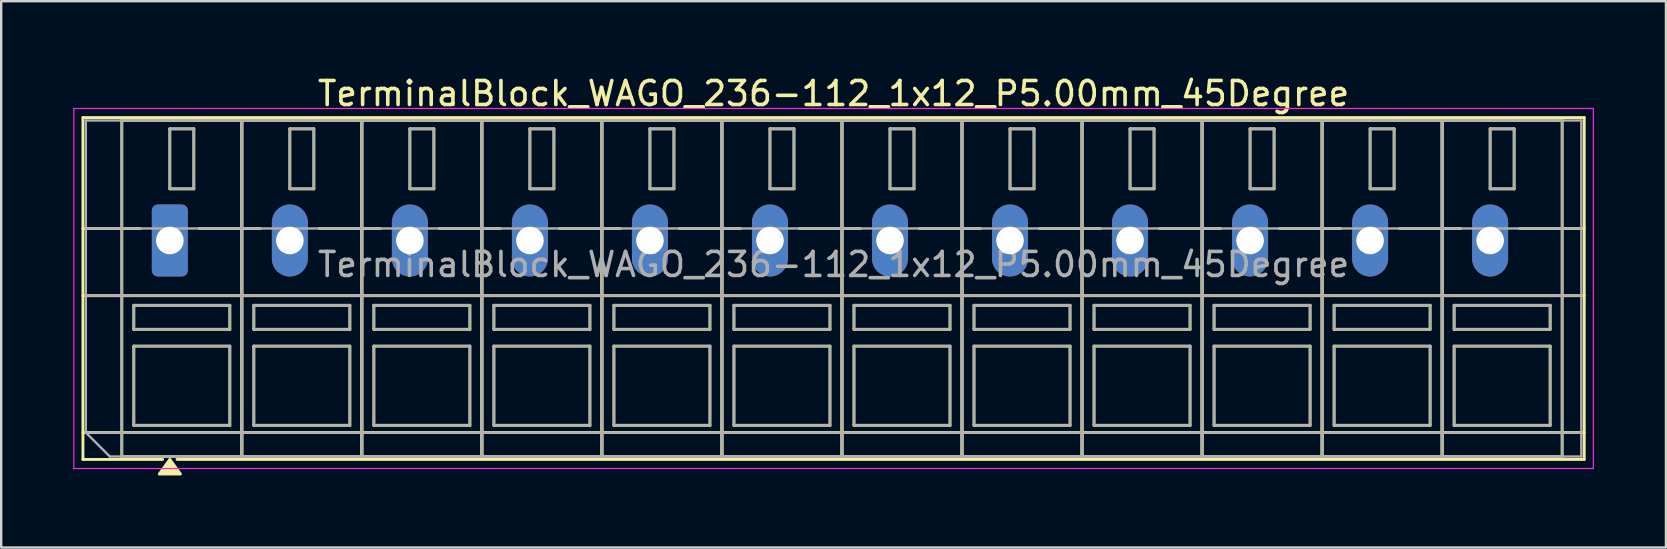
<source format=kicad_pcb>
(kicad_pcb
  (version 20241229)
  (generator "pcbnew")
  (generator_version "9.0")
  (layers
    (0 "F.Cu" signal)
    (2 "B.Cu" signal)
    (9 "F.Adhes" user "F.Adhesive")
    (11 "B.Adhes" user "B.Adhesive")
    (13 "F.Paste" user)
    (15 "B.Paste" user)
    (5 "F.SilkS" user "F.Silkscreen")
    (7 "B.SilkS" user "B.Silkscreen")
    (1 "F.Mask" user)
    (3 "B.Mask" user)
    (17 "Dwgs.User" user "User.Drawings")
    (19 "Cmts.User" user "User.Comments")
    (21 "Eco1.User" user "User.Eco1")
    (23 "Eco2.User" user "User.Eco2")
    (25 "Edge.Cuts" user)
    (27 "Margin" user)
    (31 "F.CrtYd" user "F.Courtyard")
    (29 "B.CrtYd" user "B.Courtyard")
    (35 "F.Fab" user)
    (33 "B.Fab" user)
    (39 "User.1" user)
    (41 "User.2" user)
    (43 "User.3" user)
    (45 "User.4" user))
  (footprint "TerminalBlock_WAGO_236-112_1x12_P5.00mm_45Degree"
    (layer "F.Cu")
    (at 4.025 6.968)
    (property "Reference" "TerminalBlock_WAGO_236-112_1x12_P5.00mm_45Degree" (at 27.65 -6.12 0) (layer "F.SilkS") (effects (font (size 1 1) (thickness 0.15))))
    (attr through_hole)
    (fp_line (start -3.62 -5.12) (end -3.62 9.12) (stroke (width 0.12) (type solid)) (layer "F.SilkS"))
    (fp_line (start -3.62 -5.12) (end 58.92 -5.12) (stroke (width 0.12) (type solid)) (layer "F.SilkS"))
    (fp_line (start -3.62 -0.5) (end -1.23 -0.5) (stroke (width 0.12) (type solid)) (layer "F.SilkS"))
    (fp_line (start -3.62 2.3) (end 58.92 2.3) (stroke (width 0.12) (type solid)) (layer "F.SilkS"))
    (fp_line (start -3.62 8) (end 58.92 8) (stroke (width 0.12) (type solid)) (layer "F.SilkS"))
    (fp_line (start -3.62 9.12) (end -0.3 9.12) (stroke (width 0.12) (type solid)) (layer "F.SilkS"))
    (fp_line (start -2 -5) (end -2 9) (stroke (width 0.12) (type solid)) (layer "F.SilkS"))
    (fp_line (start -2 -5) (end 3 -5) (stroke (width 0.12) (type solid)) (layer "F.SilkS"))
    (fp_line (start -2 9) (end 3 9) (stroke (width 0.12) (type solid)) (layer "F.SilkS"))
    (fp_line (start -1.5 2.7) (end -1.5 3.7) (stroke (width 0.12) (type solid)) (layer "F.SilkS"))
    (fp_line (start -1.5 2.7) (end 2.5 2.7) (stroke (width 0.12) (type solid)) (layer "F.SilkS"))
    (fp_line (start -1.5 3.7) (end 2.5 3.7) (stroke (width 0.12) (type solid)) (layer "F.SilkS"))
    (fp_line (start -1.5 4.4) (end -1.5 7.7) (stroke (width 0.12) (type solid)) (layer "F.SilkS"))
    (fp_line (start -1.5 4.4) (end 2.5 4.4) (stroke (width 0.12) (type solid)) (layer "F.SilkS"))
    (fp_line (start -1.5 7.7) (end 2.5 7.7) (stroke (width 0.12) (type solid)) (layer "F.SilkS"))
    (fp_line (start 0 -4.65) (end 0 -2.15) (stroke (width 0.12) (type solid)) (layer "F.SilkS"))
    (fp_line (start 0 -4.65) (end 1 -4.65) (stroke (width 0.12) (type solid)) (layer "F.SilkS"))
    (fp_line (start 0 -2.15) (end 1 -2.15) (stroke (width 0.12) (type solid)) (layer "F.SilkS"))
    (fp_line (start 0.3 9.12) (end 58.92 9.12) (stroke (width 0.12) (type solid)) (layer "F.SilkS"))
    (fp_line (start 1 -4.65) (end 1 -2.15) (stroke (width 0.12) (type solid)) (layer "F.SilkS"))
    (fp_line (start 1.23 -0.5) (end 3.77 -0.5) (stroke (width 0.12) (type solid)) (layer "F.SilkS"))
    (fp_line (start 2.5 2.7) (end 2.5 3.7) (stroke (width 0.12) (type solid)) (layer "F.SilkS"))
    (fp_line (start 2.5 4.4) (end 2.5 7.7) (stroke (width 0.12) (type solid)) (layer "F.SilkS"))
    (fp_line (start 3 -5) (end 3 9) (stroke (width 0.12) (type solid)) (layer "F.SilkS"))
    (fp_line (start 3 -5) (end 3 9) (stroke (width 0.12) (type solid)) (layer "F.SilkS"))
    (fp_line (start 3 -5) (end 8 -5) (stroke (width 0.12) (type solid)) (layer "F.SilkS"))
    (fp_line (start 3 9) (end 8 9) (stroke (width 0.12) (type solid)) (layer "F.SilkS"))
    (fp_line (start 3.5 2.7) (end 3.5 3.7) (stroke (width 0.12) (type solid)) (layer "F.SilkS"))
    (fp_line (start 3.5 2.7) (end 7.5 2.7) (stroke (width 0.12) (type solid)) (layer "F.SilkS"))
    (fp_line (start 3.5 3.7) (end 7.5 3.7) (stroke (width 0.12) (type solid)) (layer "F.SilkS"))
    (fp_line (start 3.5 4.4) (end 3.5 7.7) (stroke (width 0.12) (type solid)) (layer "F.SilkS"))
    (fp_line (start 3.5 4.4) (end 7.5 4.4) (stroke (width 0.12) (type solid)) (layer "F.SilkS"))
    (fp_line (start 3.5 7.7) (end 7.5 7.7) (stroke (width 0.12) (type solid)) (layer "F.SilkS"))
    (fp_line (start 5 -4.65) (end 5 -2.15) (stroke (width 0.12) (type solid)) (layer "F.SilkS"))
    (fp_line (start 5 -4.65) (end 6 -4.65) (stroke (width 0.12) (type solid)) (layer "F.SilkS"))
    (fp_line (start 5 -2.15) (end 6 -2.15) (stroke (width 0.12) (type solid)) (layer "F.SilkS"))
    (fp_line (start 6 -4.65) (end 6 -2.15) (stroke (width 0.12) (type solid)) (layer "F.SilkS"))
    (fp_line (start 6.23 -0.5) (end 8.77 -0.5) (stroke (width 0.12) (type solid)) (layer "F.SilkS"))
    (fp_line (start 7.5 2.7) (end 7.5 3.7) (stroke (width 0.12) (type solid)) (layer "F.SilkS"))
    (fp_line (start 7.5 4.4) (end 7.5 7.7) (stroke (width 0.12) (type solid)) (layer "F.SilkS"))
    (fp_line (start 8 -5) (end 8 9) (stroke (width 0.12) (type solid)) (layer "F.SilkS"))
    (fp_line (start 8 -5) (end 8 9) (stroke (width 0.12) (type solid)) (layer "F.SilkS"))
    (fp_line (start 8 -5) (end 13 -5) (stroke (width 0.12) (type solid)) (layer "F.SilkS"))
    (fp_line (start 8 9) (end 13 9) (stroke (width 0.12) (type solid)) (layer "F.SilkS"))
    (fp_line (start 8.5 2.7) (end 8.5 3.7) (stroke (width 0.12) (type solid)) (layer "F.SilkS"))
    (fp_line (start 8.5 2.7) (end 12.5 2.7) (stroke (width 0.12) (type solid)) (layer "F.SilkS"))
    (fp_line (start 8.5 3.7) (end 12.5 3.7) (stroke (width 0.12) (type solid)) (layer "F.SilkS"))
    (fp_line (start 8.5 4.4) (end 8.5 7.7) (stroke (width 0.12) (type solid)) (layer "F.SilkS"))
    (fp_line (start 8.5 4.4) (end 12.5 4.4) (stroke (width 0.12) (type solid)) (layer "F.SilkS"))
    (fp_line (start 8.5 7.7) (end 12.5 7.7) (stroke (width 0.12) (type solid)) (layer "F.SilkS"))
    (fp_line (start 10 -4.65) (end 10 -2.15) (stroke (width 0.12) (type solid)) (layer "F.SilkS"))
    (fp_line (start 10 -4.65) (end 11 -4.65) (stroke (width 0.12) (type solid)) (layer "F.SilkS"))
    (fp_line (start 10 -2.15) (end 11 -2.15) (stroke (width 0.12) (type solid)) (layer "F.SilkS"))
    (fp_line (start 11 -4.65) (end 11 -2.15) (stroke (width 0.12) (type solid)) (layer "F.SilkS"))
    (fp_line (start 11.23 -0.5) (end 13.77 -0.5) (stroke (width 0.12) (type solid)) (layer "F.SilkS"))
    (fp_line (start 12.5 2.7) (end 12.5 3.7) (stroke (width 0.12) (type solid)) (layer "F.SilkS"))
    (fp_line (start 12.5 4.4) (end 12.5 7.7) (stroke (width 0.12) (type solid)) (layer "F.SilkS"))
    (fp_line (start 13 -5) (end 13 9) (stroke (width 0.12) (type solid)) (layer "F.SilkS"))
    (fp_line (start 13 -5) (end 13 9) (stroke (width 0.12) (type solid)) (layer "F.SilkS"))
    (fp_line (start 13 -5) (end 18 -5) (stroke (width 0.12) (type solid)) (layer "F.SilkS"))
    (fp_line (start 13 9) (end 18 9) (stroke (width 0.12) (type solid)) (layer "F.SilkS"))
    (fp_line (start 13.5 2.7) (end 13.5 3.7) (stroke (width 0.12) (type solid)) (layer "F.SilkS"))
    (fp_line (start 13.5 2.7) (end 17.5 2.7) (stroke (width 0.12) (type solid)) (layer "F.SilkS"))
    (fp_line (start 13.5 3.7) (end 17.5 3.7) (stroke (width 0.12) (type solid)) (layer "F.SilkS"))
    (fp_line (start 13.5 4.4) (end 13.5 7.7) (stroke (width 0.12) (type solid)) (layer "F.SilkS"))
    (fp_line (start 13.5 4.4) (end 17.5 4.4) (stroke (width 0.12) (type solid)) (layer "F.SilkS"))
    (fp_line (start 13.5 7.7) (end 17.5 7.7) (stroke (width 0.12) (type solid)) (layer "F.SilkS"))
    (fp_line (start 15 -4.65) (end 15 -2.15) (stroke (width 0.12) (type solid)) (layer "F.SilkS"))
    (fp_line (start 15 -4.65) (end 16 -4.65) (stroke (width 0.12) (type solid)) (layer "F.SilkS"))
    (fp_line (start 15 -2.15) (end 16 -2.15) (stroke (width 0.12) (type solid)) (layer "F.SilkS"))
    (fp_line (start 16 -4.65) (end 16 -2.15) (stroke (width 0.12) (type solid)) (layer "F.SilkS"))
    (fp_line (start 16.23 -0.5) (end 18.77 -0.5) (stroke (width 0.12) (type solid)) (layer "F.SilkS"))
    (fp_line (start 17.5 2.7) (end 17.5 3.7) (stroke (width 0.12) (type solid)) (layer "F.SilkS"))
    (fp_line (start 17.5 4.4) (end 17.5 7.7) (stroke (width 0.12) (type solid)) (layer "F.SilkS"))
    (fp_line (start 18 -5) (end 18 9) (stroke (width 0.12) (type solid)) (layer "F.SilkS"))
    (fp_line (start 18 -5) (end 18 9) (stroke (width 0.12) (type solid)) (layer "F.SilkS"))
    (fp_line (start 18 -5) (end 23 -5) (stroke (width 0.12) (type solid)) (layer "F.SilkS"))
    (fp_line (start 18 9) (end 23 9) (stroke (width 0.12) (type solid)) (layer "F.SilkS"))
    (fp_line (start 18.5 2.7) (end 18.5 3.7) (stroke (width 0.12) (type solid)) (layer "F.SilkS"))
    (fp_line (start 18.5 2.7) (end 22.5 2.7) (stroke (width 0.12) (type solid)) (layer "F.SilkS"))
    (fp_line (start 18.5 3.7) (end 22.5 3.7) (stroke (width 0.12) (type solid)) (layer "F.SilkS"))
    (fp_line (start 18.5 4.4) (end 18.5 7.7) (stroke (width 0.12) (type solid)) (layer "F.SilkS"))
    (fp_line (start 18.5 4.4) (end 22.5 4.4) (stroke (width 0.12) (type solid)) (layer "F.SilkS"))
    (fp_line (start 18.5 7.7) (end 22.5 7.7) (stroke (width 0.12) (type solid)) (layer "F.SilkS"))
    (fp_line (start 20 -4.65) (end 20 -2.15) (stroke (width 0.12) (type solid)) (layer "F.SilkS"))
    (fp_line (start 20 -4.65) (end 21 -4.65) (stroke (width 0.12) (type solid)) (layer "F.SilkS"))
    (fp_line (start 20 -2.15) (end 21 -2.15) (stroke (width 0.12) (type solid)) (layer "F.SilkS"))
    (fp_line (start 21 -4.65) (end 21 -2.15) (stroke (width 0.12) (type solid)) (layer "F.SilkS"))
    (fp_line (start 21.23 -0.5) (end 23.77 -0.5) (stroke (width 0.12) (type solid)) (layer "F.SilkS"))
    (fp_line (start 22.5 2.7) (end 22.5 3.7) (stroke (width 0.12) (type solid)) (layer "F.SilkS"))
    (fp_line (start 22.5 4.4) (end 22.5 7.7) (stroke (width 0.12) (type solid)) (layer "F.SilkS"))
    (fp_line (start 23 -5) (end 23 9) (stroke (width 0.12) (type solid)) (layer "F.SilkS"))
    (fp_line (start 23 -5) (end 23 9) (stroke (width 0.12) (type solid)) (layer "F.SilkS"))
    (fp_line (start 23 -5) (end 28 -5) (stroke (width 0.12) (type solid)) (layer "F.SilkS"))
    (fp_line (start 23 9) (end 28 9) (stroke (width 0.12) (type solid)) (layer "F.SilkS"))
    (fp_line (start 23.5 2.7) (end 23.5 3.7) (stroke (width 0.12) (type solid)) (layer "F.SilkS"))
    (fp_line (start 23.5 2.7) (end 27.5 2.7) (stroke (width 0.12) (type solid)) (layer "F.SilkS"))
    (fp_line (start 23.5 3.7) (end 27.5 3.7) (stroke (width 0.12) (type solid)) (layer "F.SilkS"))
    (fp_line (start 23.5 4.4) (end 23.5 7.7) (stroke (width 0.12) (type solid)) (layer "F.SilkS"))
    (fp_line (start 23.5 4.4) (end 27.5 4.4) (stroke (width 0.12) (type solid)) (layer "F.SilkS"))
    (fp_line (start 23.5 7.7) (end 27.5 7.7) (stroke (width 0.12) (type solid)) (layer "F.SilkS"))
    (fp_line (start 25 -4.65) (end 25 -2.15) (stroke (width 0.12) (type solid)) (layer "F.SilkS"))
    (fp_line (start 25 -4.65) (end 26 -4.65) (stroke (width 0.12) (type solid)) (layer "F.SilkS"))
    (fp_line (start 25 -2.15) (end 26 -2.15) (stroke (width 0.12) (type solid)) (layer "F.SilkS"))
    (fp_line (start 26 -4.65) (end 26 -2.15) (stroke (width 0.12) (type solid)) (layer "F.SilkS"))
    (fp_line (start 26.23 -0.5) (end 28.77 -0.5) (stroke (width 0.12) (type solid)) (layer "F.SilkS"))
    (fp_line (start 27.5 2.7) (end 27.5 3.7) (stroke (width 0.12) (type solid)) (layer "F.SilkS"))
    (fp_line (start 27.5 4.4) (end 27.5 7.7) (stroke (width 0.12) (type solid)) (layer "F.SilkS"))
    (fp_line (start 28 -5) (end 28 9) (stroke (width 0.12) (type solid)) (layer "F.SilkS"))
    (fp_line (start 28 -5) (end 28 9) (stroke (width 0.12) (type solid)) (layer "F.SilkS"))
    (fp_line (start 28 -5) (end 33 -5) (stroke (width 0.12) (type solid)) (layer "F.SilkS"))
    (fp_line (start 28 9) (end 33 9) (stroke (width 0.12) (type solid)) (layer "F.SilkS"))
    (fp_line (start 28.5 2.7) (end 28.5 3.7) (stroke (width 0.12) (type solid)) (layer "F.SilkS"))
    (fp_line (start 28.5 2.7) (end 32.5 2.7) (stroke (width 0.12) (type solid)) (layer "F.SilkS"))
    (fp_line (start 28.5 3.7) (end 32.5 3.7) (stroke (width 0.12) (type solid)) (layer "F.SilkS"))
    (fp_line (start 28.5 4.4) (end 28.5 7.7) (stroke (width 0.12) (type solid)) (layer "F.SilkS"))
    (fp_line (start 28.5 4.4) (end 32.5 4.4) (stroke (width 0.12) (type solid)) (layer "F.SilkS"))
    (fp_line (start 28.5 7.7) (end 32.5 7.7) (stroke (width 0.12) (type solid)) (layer "F.SilkS"))
    (fp_line (start 30 -4.65) (end 30 -2.15) (stroke (width 0.12) (type solid)) (layer "F.SilkS"))
    (fp_line (start 30 -4.65) (end 31 -4.65) (stroke (width 0.12) (type solid)) (layer "F.SilkS"))
    (fp_line (start 30 -2.15) (end 31 -2.15) (stroke (width 0.12) (type solid)) (layer "F.SilkS"))
    (fp_line (start 31 -4.65) (end 31 -2.15) (stroke (width 0.12) (type solid)) (layer "F.SilkS"))
    (fp_line (start 31.23 -0.5) (end 33.77 -0.5) (stroke (width 0.12) (type solid)) (layer "F.SilkS"))
    (fp_line (start 32.5 2.7) (end 32.5 3.7) (stroke (width 0.12) (type solid)) (layer "F.SilkS"))
    (fp_line (start 32.5 4.4) (end 32.5 7.7) (stroke (width 0.12) (type solid)) (layer "F.SilkS"))
    (fp_line (start 33 -5) (end 33 9) (stroke (width 0.12) (type solid)) (layer "F.SilkS"))
    (fp_line (start 33 -5) (end 33 9) (stroke (width 0.12) (type solid)) (layer "F.SilkS"))
    (fp_line (start 33 -5) (end 38 -5) (stroke (width 0.12) (type solid)) (layer "F.SilkS"))
    (fp_line (start 33 9) (end 38 9) (stroke (width 0.12) (type solid)) (layer "F.SilkS"))
    (fp_line (start 33.5 2.7) (end 33.5 3.7) (stroke (width 0.12) (type solid)) (layer "F.SilkS"))
    (fp_line (start 33.5 2.7) (end 37.5 2.7) (stroke (width 0.12) (type solid)) (layer "F.SilkS"))
    (fp_line (start 33.5 3.7) (end 37.5 3.7) (stroke (width 0.12) (type solid)) (layer "F.SilkS"))
    (fp_line (start 33.5 4.4) (end 33.5 7.7) (stroke (width 0.12) (type solid)) (layer "F.SilkS"))
    (fp_line (start 33.5 4.4) (end 37.5 4.4) (stroke (width 0.12) (type solid)) (layer "F.SilkS"))
    (fp_line (start 33.5 7.7) (end 37.5 7.7) (stroke (width 0.12) (type solid)) (layer "F.SilkS"))
    (fp_line (start 35 -4.65) (end 35 -2.15) (stroke (width 0.12) (type solid)) (layer "F.SilkS"))
    (fp_line (start 35 -4.65) (end 36 -4.65) (stroke (width 0.12) (type solid)) (layer "F.SilkS"))
    (fp_line (start 35 -2.15) (end 36 -2.15) (stroke (width 0.12) (type solid)) (layer "F.SilkS"))
    (fp_line (start 36 -4.65) (end 36 -2.15) (stroke (width 0.12) (type solid)) (layer "F.SilkS"))
    (fp_line (start 36.23 -0.5) (end 38.77 -0.5) (stroke (width 0.12) (type solid)) (layer "F.SilkS"))
    (fp_line (start 37.5 2.7) (end 37.5 3.7) (stroke (width 0.12) (type solid)) (layer "F.SilkS"))
    (fp_line (start 37.5 4.4) (end 37.5 7.7) (stroke (width 0.12) (type solid)) (layer "F.SilkS"))
    (fp_line (start 38 -5) (end 38 9) (stroke (width 0.12) (type solid)) (layer "F.SilkS"))
    (fp_line (start 38 -5) (end 38 9) (stroke (width 0.12) (type solid)) (layer "F.SilkS"))
    (fp_line (start 38 -5) (end 43 -5) (stroke (width 0.12) (type solid)) (layer "F.SilkS"))
    (fp_line (start 38 9) (end 43 9) (stroke (width 0.12) (type solid)) (layer "F.SilkS"))
    (fp_line (start 38.5 2.7) (end 38.5 3.7) (stroke (width 0.12) (type solid)) (layer "F.SilkS"))
    (fp_line (start 38.5 2.7) (end 42.5 2.7) (stroke (width 0.12) (type solid)) (layer "F.SilkS"))
    (fp_line (start 38.5 3.7) (end 42.5 3.7) (stroke (width 0.12) (type solid)) (layer "F.SilkS"))
    (fp_line (start 38.5 4.4) (end 38.5 7.7) (stroke (width 0.12) (type solid)) (layer "F.SilkS"))
    (fp_line (start 38.5 4.4) (end 42.5 4.4) (stroke (width 0.12) (type solid)) (layer "F.SilkS"))
    (fp_line (start 38.5 7.7) (end 42.5 7.7) (stroke (width 0.12) (type solid)) (layer "F.SilkS"))
    (fp_line (start 40 -4.65) (end 40 -2.15) (stroke (width 0.12) (type solid)) (layer "F.SilkS"))
    (fp_line (start 40 -4.65) (end 41 -4.65) (stroke (width 0.12) (type solid)) (layer "F.SilkS"))
    (fp_line (start 40 -2.15) (end 41 -2.15) (stroke (width 0.12) (type solid)) (layer "F.SilkS"))
    (fp_line (start 41 -4.65) (end 41 -2.15) (stroke (width 0.12) (type solid)) (layer "F.SilkS"))
    (fp_line (start 41.23 -0.5) (end 43.77 -0.5) (stroke (width 0.12) (type solid)) (layer "F.SilkS"))
    (fp_line (start 42.5 2.7) (end 42.5 3.7) (stroke (width 0.12) (type solid)) (layer "F.SilkS"))
    (fp_line (start 42.5 4.4) (end 42.5 7.7) (stroke (width 0.12) (type solid)) (layer "F.SilkS"))
    (fp_line (start 43 -5) (end 43 9) (stroke (width 0.12) (type solid)) (layer "F.SilkS"))
    (fp_line (start 43 -5) (end 43 9) (stroke (width 0.12) (type solid)) (layer "F.SilkS"))
    (fp_line (start 43 -5) (end 48 -5) (stroke (width 0.12) (type solid)) (layer "F.SilkS"))
    (fp_line (start 43 9) (end 48 9) (stroke (width 0.12) (type solid)) (layer "F.SilkS"))
    (fp_line (start 43.5 2.7) (end 43.5 3.7) (stroke (width 0.12) (type solid)) (layer "F.SilkS"))
    (fp_line (start 43.5 2.7) (end 47.5 2.7) (stroke (width 0.12) (type solid)) (layer "F.SilkS"))
    (fp_line (start 43.5 3.7) (end 47.5 3.7) (stroke (width 0.12) (type solid)) (layer "F.SilkS"))
    (fp_line (start 43.5 4.4) (end 43.5 7.7) (stroke (width 0.12) (type solid)) (layer "F.SilkS"))
    (fp_line (start 43.5 4.4) (end 47.5 4.4) (stroke (width 0.12) (type solid)) (layer "F.SilkS"))
    (fp_line (start 43.5 7.7) (end 47.5 7.7) (stroke (width 0.12) (type solid)) (layer "F.SilkS"))
    (fp_line (start 45 -4.65) (end 45 -2.15) (stroke (width 0.12) (type solid)) (layer "F.SilkS"))
    (fp_line (start 45 -4.65) (end 46 -4.65) (stroke (width 0.12) (type solid)) (layer "F.SilkS"))
    (fp_line (start 45 -2.15) (end 46 -2.15) (stroke (width 0.12) (type solid)) (layer "F.SilkS"))
    (fp_line (start 46 -4.65) (end 46 -2.15) (stroke (width 0.12) (type solid)) (layer "F.SilkS"))
    (fp_line (start 46.23 -0.5) (end 48.77 -0.5) (stroke (width 0.12) (type solid)) (layer "F.SilkS"))
    (fp_line (start 47.5 2.7) (end 47.5 3.7) (stroke (width 0.12) (type solid)) (layer "F.SilkS"))
    (fp_line (start 47.5 4.4) (end 47.5 7.7) (stroke (width 0.12) (type solid)) (layer "F.SilkS"))
    (fp_line (start 48 -5) (end 48 9) (stroke (width 0.12) (type solid)) (layer "F.SilkS"))
    (fp_line (start 48 -5) (end 48 9) (stroke (width 0.12) (type solid)) (layer "F.SilkS"))
    (fp_line (start 48 -5) (end 53 -5) (stroke (width 0.12) (type solid)) (layer "F.SilkS"))
    (fp_line (start 48 9) (end 53 9) (stroke (width 0.12) (type solid)) (layer "F.SilkS"))
    (fp_line (start 48.5 2.7) (end 48.5 3.7) (stroke (width 0.12) (type solid)) (layer "F.SilkS"))
    (fp_line (start 48.5 2.7) (end 52.5 2.7) (stroke (width 0.12) (type solid)) (layer "F.SilkS"))
    (fp_line (start 48.5 3.7) (end 52.5 3.7) (stroke (width 0.12) (type solid)) (layer "F.SilkS"))
    (fp_line (start 48.5 4.4) (end 48.5 7.7) (stroke (width 0.12) (type solid)) (layer "F.SilkS"))
    (fp_line (start 48.5 4.4) (end 52.5 4.4) (stroke (width 0.12) (type solid)) (layer "F.SilkS"))
    (fp_line (start 48.5 7.7) (end 52.5 7.7) (stroke (width 0.12) (type solid)) (layer "F.SilkS"))
    (fp_line (start 50 -4.65) (end 50 -2.15) (stroke (width 0.12) (type solid)) (layer "F.SilkS"))
    (fp_line (start 50 -4.65) (end 51 -4.65) (stroke (width 0.12) (type solid)) (layer "F.SilkS"))
    (fp_line (start 50 -2.15) (end 51 -2.15) (stroke (width 0.12) (type solid)) (layer "F.SilkS"))
    (fp_line (start 51 -4.65) (end 51 -2.15) (stroke (width 0.12) (type solid)) (layer "F.SilkS"))
    (fp_line (start 51.23 -0.5) (end 53.77 -0.5) (stroke (width 0.12) (type solid)) (layer "F.SilkS"))
    (fp_line (start 52.5 2.7) (end 52.5 3.7) (stroke (width 0.12) (type solid)) (layer "F.SilkS"))
    (fp_line (start 52.5 4.4) (end 52.5 7.7) (stroke (width 0.12) (type solid)) (layer "F.SilkS"))
    (fp_line (start 53 -5) (end 53 9) (stroke (width 0.12) (type solid)) (layer "F.SilkS"))
    (fp_line (start 53 -5) (end 53 9) (stroke (width 0.12) (type solid)) (layer "F.SilkS"))
    (fp_line (start 53 -5) (end 58 -5) (stroke (width 0.12) (type solid)) (layer "F.SilkS"))
    (fp_line (start 53 9) (end 58 9) (stroke (width 0.12) (type solid)) (layer "F.SilkS"))
    (fp_line (start 53.5 2.7) (end 53.5 3.7) (stroke (width 0.12) (type solid)) (layer "F.SilkS"))
    (fp_line (start 53.5 2.7) (end 57.5 2.7) (stroke (width 0.12) (type solid)) (layer "F.SilkS"))
    (fp_line (start 53.5 3.7) (end 57.5 3.7) (stroke (width 0.12) (type solid)) (layer "F.SilkS"))
    (fp_line (start 53.5 4.4) (end 53.5 7.7) (stroke (width 0.12) (type solid)) (layer "F.SilkS"))
    (fp_line (start 53.5 4.4) (end 57.5 4.4) (stroke (width 0.12) (type solid)) (layer "F.SilkS"))
    (fp_line (start 53.5 7.7) (end 57.5 7.7) (stroke (width 0.12) (type solid)) (layer "F.SilkS"))
    (fp_line (start 55 -4.65) (end 55 -2.15) (stroke (width 0.12) (type solid)) (layer "F.SilkS"))
    (fp_line (start 55 -4.65) (end 56 -4.65) (stroke (width 0.12) (type solid)) (layer "F.SilkS"))
    (fp_line (start 55 -2.15) (end 56 -2.15) (stroke (width 0.12) (type solid)) (layer "F.SilkS"))
    (fp_line (start 56 -4.65) (end 56 -2.15) (stroke (width 0.12) (type solid)) (layer "F.SilkS"))
    (fp_line (start 56.23 -0.5) (end 58.92 -0.5) (stroke (width 0.12) (type solid)) (layer "F.SilkS"))
    (fp_line (start 57.5 2.7) (end 57.5 3.7) (stroke (width 0.12) (type solid)) (layer "F.SilkS"))
    (fp_line (start 57.5 4.4) (end 57.5 7.7) (stroke (width 0.12) (type solid)) (layer "F.SilkS"))
    (fp_line (start 58 -5) (end 58 9) (stroke (width 0.12) (type solid)) (layer "F.SilkS"))
    (fp_line (start 58.92 -5.12) (end 58.92 9.12) (stroke (width 0.12) (type solid)) (layer "F.SilkS"))
    (fp_poly (pts (xy 0 9.12) (xy 0.44 9.73) (xy -0.44 9.73)) (stroke (width 0.12) (type solid)) (fill yes) (layer "F.SilkS"))
    (fp_line (start -4 -5.5) (end -4 9.5) (stroke (width 0.05) (type solid)) (layer "F.CrtYd"))
    (fp_line (start -4 9.5) (end 59.3 9.5) (stroke (width 0.05) (type solid)) (layer "F.CrtYd"))
    (fp_line (start 59.3 -5.5) (end -4 -5.5) (stroke (width 0.05) (type solid)) (layer "F.CrtYd"))
    (fp_line (start 59.3 9.5) (end 59.3 -5.5) (stroke (width 0.05) (type solid)) (layer "F.CrtYd"))
    (fp_line (start -3.5 -5) (end 58.8 -5) (stroke (width 0.1) (type solid)) (layer "F.Fab"))
    (fp_line (start -3.5 -0.5) (end 58.8 -0.5) (stroke (width 0.1) (type solid)) (layer "F.Fab"))
    (fp_line (start -3.5 2.3) (end 58.8 2.3) (stroke (width 0.1) (type solid)) (layer "F.Fab"))
    (fp_line (start -3.5 8) (end -3.5 -5) (stroke (width 0.1) (type solid)) (layer "F.Fab"))
    (fp_line (start -3.5 8) (end 58.8 8) (stroke (width 0.1) (type solid)) (layer "F.Fab"))
    (fp_line (start -2.5 9) (end -3.5 8) (stroke (width 0.1) (type solid)) (layer "F.Fab"))
    (fp_line (start -2 -5) (end -2 9) (stroke (width 0.1) (type solid)) (layer "F.Fab"))
    (fp_line (start -2 9) (end 3 9) (stroke (width 0.1) (type solid)) (layer "F.Fab"))
    (fp_line (start -1.5 2.7) (end -1.5 3.7) (stroke (width 0.1) (type solid)) (layer "F.Fab"))
    (fp_line (start -1.5 3.7) (end 2.5 3.7) (stroke (width 0.1) (type solid)) (layer "F.Fab"))
    (fp_line (start -1.5 4.4) (end -1.5 7.7) (stroke (width 0.1) (type solid)) (layer "F.Fab"))
    (fp_line (start -1.5 7.7) (end 2.5 7.7) (stroke (width 0.1) (type solid)) (layer "F.Fab"))
    (fp_line (start 0 -4.65) (end 0 -2.15) (stroke (width 0.1) (type solid)) (layer "F.Fab"))
    (fp_line (start 0 -2.15) (end 1 -2.15) (stroke (width 0.1) (type solid)) (layer "F.Fab"))
    (fp_line (start 1 -4.65) (end 0 -4.65) (stroke (width 0.1) (type solid)) (layer "F.Fab"))
    (fp_line (start 1 -2.15) (end 1 -4.65) (stroke (width 0.1) (type solid)) (layer "F.Fab"))
    (fp_line (start 2.5 2.7) (end -1.5 2.7) (stroke (width 0.1) (type solid)) (layer "F.Fab"))
    (fp_line (start 2.5 3.7) (end 2.5 2.7) (stroke (width 0.1) (type solid)) (layer "F.Fab"))
    (fp_line (start 2.5 4.4) (end -1.5 4.4) (stroke (width 0.1) (type solid)) (layer "F.Fab"))
    (fp_line (start 2.5 7.7) (end 2.5 4.4) (stroke (width 0.1) (type solid)) (layer "F.Fab"))
    (fp_line (start 3 -5) (end -2 -5) (stroke (width 0.1) (type solid)) (layer "F.Fab"))
    (fp_line (start 3 -5) (end 3 9) (stroke (width 0.1) (type solid)) (layer "F.Fab"))
    (fp_line (start 3 9) (end 3 -5) (stroke (width 0.1) (type solid)) (layer "F.Fab"))
    (fp_line (start 3 9) (end 8 9) (stroke (width 0.1) (type solid)) (layer "F.Fab"))
    (fp_line (start 3.5 2.7) (end 3.5 3.7) (stroke (width 0.1) (type solid)) (layer "F.Fab"))
    (fp_line (start 3.5 3.7) (end 7.5 3.7) (stroke (width 0.1) (type solid)) (layer "F.Fab"))
    (fp_line (start 3.5 4.4) (end 3.5 7.7) (stroke (width 0.1) (type solid)) (layer "F.Fab"))
    (fp_line (start 3.5 7.7) (end 7.5 7.7) (stroke (width 0.1) (type solid)) (layer "F.Fab"))
    (fp_line (start 5 -4.65) (end 5 -2.15) (stroke (width 0.1) (type solid)) (layer "F.Fab"))
    (fp_line (start 5 -2.15) (end 6 -2.15) (stroke (width 0.1) (type solid)) (layer "F.Fab"))
    (fp_line (start 6 -4.65) (end 5 -4.65) (stroke (width 0.1) (type solid)) (layer "F.Fab"))
    (fp_line (start 6 -2.15) (end 6 -4.65) (stroke (width 0.1) (type solid)) (layer "F.Fab"))
    (fp_line (start 7.5 2.7) (end 3.5 2.7) (stroke (width 0.1) (type solid)) (layer "F.Fab"))
    (fp_line (start 7.5 3.7) (end 7.5 2.7) (stroke (width 0.1) (type solid)) (layer "F.Fab"))
    (fp_line (start 7.5 4.4) (end 3.5 4.4) (stroke (width 0.1) (type solid)) (layer "F.Fab"))
    (fp_line (start 7.5 7.7) (end 7.5 4.4) (stroke (width 0.1) (type solid)) (layer "F.Fab"))
    (fp_line (start 8 -5) (end 3 -5) (stroke (width 0.1) (type solid)) (layer "F.Fab"))
    (fp_line (start 8 -5) (end 8 9) (stroke (width 0.1) (type solid)) (layer "F.Fab"))
    (fp_line (start 8 9) (end 8 -5) (stroke (width 0.1) (type solid)) (layer "F.Fab"))
    (fp_line (start 8 9) (end 13 9) (stroke (width 0.1) (type solid)) (layer "F.Fab"))
    (fp_line (start 8.5 2.7) (end 8.5 3.7) (stroke (width 0.1) (type solid)) (layer "F.Fab"))
    (fp_line (start 8.5 3.7) (end 12.5 3.7) (stroke (width 0.1) (type solid)) (layer "F.Fab"))
    (fp_line (start 8.5 4.4) (end 8.5 7.7) (stroke (width 0.1) (type solid)) (layer "F.Fab"))
    (fp_line (start 8.5 7.7) (end 12.5 7.7) (stroke (width 0.1) (type solid)) (layer "F.Fab"))
    (fp_line (start 10 -4.65) (end 10 -2.15) (stroke (width 0.1) (type solid)) (layer "F.Fab"))
    (fp_line (start 10 -2.15) (end 11 -2.15) (stroke (width 0.1) (type solid)) (layer "F.Fab"))
    (fp_line (start 11 -4.65) (end 10 -4.65) (stroke (width 0.1) (type solid)) (layer "F.Fab"))
    (fp_line (start 11 -2.15) (end 11 -4.65) (stroke (width 0.1) (type solid)) (layer "F.Fab"))
    (fp_line (start 12.5 2.7) (end 8.5 2.7) (stroke (width 0.1) (type solid)) (layer "F.Fab"))
    (fp_line (start 12.5 3.7) (end 12.5 2.7) (stroke (width 0.1) (type solid)) (layer "F.Fab"))
    (fp_line (start 12.5 4.4) (end 8.5 4.4) (stroke (width 0.1) (type solid)) (layer "F.Fab"))
    (fp_line (start 12.5 7.7) (end 12.5 4.4) (stroke (width 0.1) (type solid)) (layer "F.Fab"))
    (fp_line (start 13 -5) (end 8 -5) (stroke (width 0.1) (type solid)) (layer "F.Fab"))
    (fp_line (start 13 -5) (end 13 9) (stroke (width 0.1) (type solid)) (layer "F.Fab"))
    (fp_line (start 13 9) (end 13 -5) (stroke (width 0.1) (type solid)) (layer "F.Fab"))
    (fp_line (start 13 9) (end 18 9) (stroke (width 0.1) (type solid)) (layer "F.Fab"))
    (fp_line (start 13.5 2.7) (end 13.5 3.7) (stroke (width 0.1) (type solid)) (layer "F.Fab"))
    (fp_line (start 13.5 3.7) (end 17.5 3.7) (stroke (width 0.1) (type solid)) (layer "F.Fab"))
    (fp_line (start 13.5 4.4) (end 13.5 7.7) (stroke (width 0.1) (type solid)) (layer "F.Fab"))
    (fp_line (start 13.5 7.7) (end 17.5 7.7) (stroke (width 0.1) (type solid)) (layer "F.Fab"))
    (fp_line (start 15 -4.65) (end 15 -2.15) (stroke (width 0.1) (type solid)) (layer "F.Fab"))
    (fp_line (start 15 -2.15) (end 16 -2.15) (stroke (width 0.1) (type solid)) (layer "F.Fab"))
    (fp_line (start 16 -4.65) (end 15 -4.65) (stroke (width 0.1) (type solid)) (layer "F.Fab"))
    (fp_line (start 16 -2.15) (end 16 -4.65) (stroke (width 0.1) (type solid)) (layer "F.Fab"))
    (fp_line (start 17.5 2.7) (end 13.5 2.7) (stroke (width 0.1) (type solid)) (layer "F.Fab"))
    (fp_line (start 17.5 3.7) (end 17.5 2.7) (stroke (width 0.1) (type solid)) (layer "F.Fab"))
    (fp_line (start 17.5 4.4) (end 13.5 4.4) (stroke (width 0.1) (type solid)) (layer "F.Fab"))
    (fp_line (start 17.5 7.7) (end 17.5 4.4) (stroke (width 0.1) (type solid)) (layer "F.Fab"))
    (fp_line (start 18 -5) (end 13 -5) (stroke (width 0.1) (type solid)) (layer "F.Fab"))
    (fp_line (start 18 -5) (end 18 9) (stroke (width 0.1) (type solid)) (layer "F.Fab"))
    (fp_line (start 18 9) (end 18 -5) (stroke (width 0.1) (type solid)) (layer "F.Fab"))
    (fp_line (start 18 9) (end 23 9) (stroke (width 0.1) (type solid)) (layer "F.Fab"))
    (fp_line (start 18.5 2.7) (end 18.5 3.7) (stroke (width 0.1) (type solid)) (layer "F.Fab"))
    (fp_line (start 18.5 3.7) (end 22.5 3.7) (stroke (width 0.1) (type solid)) (layer "F.Fab"))
    (fp_line (start 18.5 4.4) (end 18.5 7.7) (stroke (width 0.1) (type solid)) (layer "F.Fab"))
    (fp_line (start 18.5 7.7) (end 22.5 7.7) (stroke (width 0.1) (type solid)) (layer "F.Fab"))
    (fp_line (start 20 -4.65) (end 20 -2.15) (stroke (width 0.1) (type solid)) (layer "F.Fab"))
    (fp_line (start 20 -2.15) (end 21 -2.15) (stroke (width 0.1) (type solid)) (layer "F.Fab"))
    (fp_line (start 21 -4.65) (end 20 -4.65) (stroke (width 0.1) (type solid)) (layer "F.Fab"))
    (fp_line (start 21 -2.15) (end 21 -4.65) (stroke (width 0.1) (type solid)) (layer "F.Fab"))
    (fp_line (start 22.5 2.7) (end 18.5 2.7) (stroke (width 0.1) (type solid)) (layer "F.Fab"))
    (fp_line (start 22.5 3.7) (end 22.5 2.7) (stroke (width 0.1) (type solid)) (layer "F.Fab"))
    (fp_line (start 22.5 4.4) (end 18.5 4.4) (stroke (width 0.1) (type solid)) (layer "F.Fab"))
    (fp_line (start 22.5 7.7) (end 22.5 4.4) (stroke (width 0.1) (type solid)) (layer "F.Fab"))
    (fp_line (start 23 -5) (end 18 -5) (stroke (width 0.1) (type solid)) (layer "F.Fab"))
    (fp_line (start 23 -5) (end 23 9) (stroke (width 0.1) (type solid)) (layer "F.Fab"))
    (fp_line (start 23 9) (end 23 -5) (stroke (width 0.1) (type solid)) (layer "F.Fab"))
    (fp_line (start 23 9) (end 28 9) (stroke (width 0.1) (type solid)) (layer "F.Fab"))
    (fp_line (start 23.5 2.7) (end 23.5 3.7) (stroke (width 0.1) (type solid)) (layer "F.Fab"))
    (fp_line (start 23.5 3.7) (end 27.5 3.7) (stroke (width 0.1) (type solid)) (layer "F.Fab"))
    (fp_line (start 23.5 4.4) (end 23.5 7.7) (stroke (width 0.1) (type solid)) (layer "F.Fab"))
    (fp_line (start 23.5 7.7) (end 27.5 7.7) (stroke (width 0.1) (type solid)) (layer "F.Fab"))
    (fp_line (start 25 -4.65) (end 25 -2.15) (stroke (width 0.1) (type solid)) (layer "F.Fab"))
    (fp_line (start 25 -2.15) (end 26 -2.15) (stroke (width 0.1) (type solid)) (layer "F.Fab"))
    (fp_line (start 26 -4.65) (end 25 -4.65) (stroke (width 0.1) (type solid)) (layer "F.Fab"))
    (fp_line (start 26 -2.15) (end 26 -4.65) (stroke (width 0.1) (type solid)) (layer "F.Fab"))
    (fp_line (start 27.5 2.7) (end 23.5 2.7) (stroke (width 0.1) (type solid)) (layer "F.Fab"))
    (fp_line (start 27.5 3.7) (end 27.5 2.7) (stroke (width 0.1) (type solid)) (layer "F.Fab"))
    (fp_line (start 27.5 4.4) (end 23.5 4.4) (stroke (width 0.1) (type solid)) (layer "F.Fab"))
    (fp_line (start 27.5 7.7) (end 27.5 4.4) (stroke (width 0.1) (type solid)) (layer "F.Fab"))
    (fp_line (start 28 -5) (end 23 -5) (stroke (width 0.1) (type solid)) (layer "F.Fab"))
    (fp_line (start 28 -5) (end 28 9) (stroke (width 0.1) (type solid)) (layer "F.Fab"))
    (fp_line (start 28 9) (end 28 -5) (stroke (width 0.1) (type solid)) (layer "F.Fab"))
    (fp_line (start 28 9) (end 33 9) (stroke (width 0.1) (type solid)) (layer "F.Fab"))
    (fp_line (start 28.5 2.7) (end 28.5 3.7) (stroke (width 0.1) (type solid)) (layer "F.Fab"))
    (fp_line (start 28.5 3.7) (end 32.5 3.7) (stroke (width 0.1) (type solid)) (layer "F.Fab"))
    (fp_line (start 28.5 4.4) (end 28.5 7.7) (stroke (width 0.1) (type solid)) (layer "F.Fab"))
    (fp_line (start 28.5 7.7) (end 32.5 7.7) (stroke (width 0.1) (type solid)) (layer "F.Fab"))
    (fp_line (start 30 -4.65) (end 30 -2.15) (stroke (width 0.1) (type solid)) (layer "F.Fab"))
    (fp_line (start 30 -2.15) (end 31 -2.15) (stroke (width 0.1) (type solid)) (layer "F.Fab"))
    (fp_line (start 31 -4.65) (end 30 -4.65) (stroke (width 0.1) (type solid)) (layer "F.Fab"))
    (fp_line (start 31 -2.15) (end 31 -4.65) (stroke (width 0.1) (type solid)) (layer "F.Fab"))
    (fp_line (start 32.5 2.7) (end 28.5 2.7) (stroke (width 0.1) (type solid)) (layer "F.Fab"))
    (fp_line (start 32.5 3.7) (end 32.5 2.7) (stroke (width 0.1) (type solid)) (layer "F.Fab"))
    (fp_line (start 32.5 4.4) (end 28.5 4.4) (stroke (width 0.1) (type solid)) (layer "F.Fab"))
    (fp_line (start 32.5 7.7) (end 32.5 4.4) (stroke (width 0.1) (type solid)) (layer "F.Fab"))
    (fp_line (start 33 -5) (end 28 -5) (stroke (width 0.1) (type solid)) (layer "F.Fab"))
    (fp_line (start 33 -5) (end 33 9) (stroke (width 0.1) (type solid)) (layer "F.Fab"))
    (fp_line (start 33 9) (end 33 -5) (stroke (width 0.1) (type solid)) (layer "F.Fab"))
    (fp_line (start 33 9) (end 38 9) (stroke (width 0.1) (type solid)) (layer "F.Fab"))
    (fp_line (start 33.5 2.7) (end 33.5 3.7) (stroke (width 0.1) (type solid)) (layer "F.Fab"))
    (fp_line (start 33.5 3.7) (end 37.5 3.7) (stroke (width 0.1) (type solid)) (layer "F.Fab"))
    (fp_line (start 33.5 4.4) (end 33.5 7.7) (stroke (width 0.1) (type solid)) (layer "F.Fab"))
    (fp_line (start 33.5 7.7) (end 37.5 7.7) (stroke (width 0.1) (type solid)) (layer "F.Fab"))
    (fp_line (start 35 -4.65) (end 35 -2.15) (stroke (width 0.1) (type solid)) (layer "F.Fab"))
    (fp_line (start 35 -2.15) (end 36 -2.15) (stroke (width 0.1) (type solid)) (layer "F.Fab"))
    (fp_line (start 36 -4.65) (end 35 -4.65) (stroke (width 0.1) (type solid)) (layer "F.Fab"))
    (fp_line (start 36 -2.15) (end 36 -4.65) (stroke (width 0.1) (type solid)) (layer "F.Fab"))
    (fp_line (start 37.5 2.7) (end 33.5 2.7) (stroke (width 0.1) (type solid)) (layer "F.Fab"))
    (fp_line (start 37.5 3.7) (end 37.5 2.7) (stroke (width 0.1) (type solid)) (layer "F.Fab"))
    (fp_line (start 37.5 4.4) (end 33.5 4.4) (stroke (width 0.1) (type solid)) (layer "F.Fab"))
    (fp_line (start 37.5 7.7) (end 37.5 4.4) (stroke (width 0.1) (type solid)) (layer "F.Fab"))
    (fp_line (start 38 -5) (end 33 -5) (stroke (width 0.1) (type solid)) (layer "F.Fab"))
    (fp_line (start 38 -5) (end 38 9) (stroke (width 0.1) (type solid)) (layer "F.Fab"))
    (fp_line (start 38 9) (end 38 -5) (stroke (width 0.1) (type solid)) (layer "F.Fab"))
    (fp_line (start 38 9) (end 43 9) (stroke (width 0.1) (type solid)) (layer "F.Fab"))
    (fp_line (start 38.5 2.7) (end 38.5 3.7) (stroke (width 0.1) (type solid)) (layer "F.Fab"))
    (fp_line (start 38.5 3.7) (end 42.5 3.7) (stroke (width 0.1) (type solid)) (layer "F.Fab"))
    (fp_line (start 38.5 4.4) (end 38.5 7.7) (stroke (width 0.1) (type solid)) (layer "F.Fab"))
    (fp_line (start 38.5 7.7) (end 42.5 7.7) (stroke (width 0.1) (type solid)) (layer "F.Fab"))
    (fp_line (start 40 -4.65) (end 40 -2.15) (stroke (width 0.1) (type solid)) (layer "F.Fab"))
    (fp_line (start 40 -2.15) (end 41 -2.15) (stroke (width 0.1) (type solid)) (layer "F.Fab"))
    (fp_line (start 41 -4.65) (end 40 -4.65) (stroke (width 0.1) (type solid)) (layer "F.Fab"))
    (fp_line (start 41 -2.15) (end 41 -4.65) (stroke (width 0.1) (type solid)) (layer "F.Fab"))
    (fp_line (start 42.5 2.7) (end 38.5 2.7) (stroke (width 0.1) (type solid)) (layer "F.Fab"))
    (fp_line (start 42.5 3.7) (end 42.5 2.7) (stroke (width 0.1) (type solid)) (layer "F.Fab"))
    (fp_line (start 42.5 4.4) (end 38.5 4.4) (stroke (width 0.1) (type solid)) (layer "F.Fab"))
    (fp_line (start 42.5 7.7) (end 42.5 4.4) (stroke (width 0.1) (type solid)) (layer "F.Fab"))
    (fp_line (start 43 -5) (end 38 -5) (stroke (width 0.1) (type solid)) (layer "F.Fab"))
    (fp_line (start 43 -5) (end 43 9) (stroke (width 0.1) (type solid)) (layer "F.Fab"))
    (fp_line (start 43 9) (end 43 -5) (stroke (width 0.1) (type solid)) (layer "F.Fab"))
    (fp_line (start 43 9) (end 48 9) (stroke (width 0.1) (type solid)) (layer "F.Fab"))
    (fp_line (start 43.5 2.7) (end 43.5 3.7) (stroke (width 0.1) (type solid)) (layer "F.Fab"))
    (fp_line (start 43.5 3.7) (end 47.5 3.7) (stroke (width 0.1) (type solid)) (layer "F.Fab"))
    (fp_line (start 43.5 4.4) (end 43.5 7.7) (stroke (width 0.1) (type solid)) (layer "F.Fab"))
    (fp_line (start 43.5 7.7) (end 47.5 7.7) (stroke (width 0.1) (type solid)) (layer "F.Fab"))
    (fp_line (start 45 -4.65) (end 45 -2.15) (stroke (width 0.1) (type solid)) (layer "F.Fab"))
    (fp_line (start 45 -2.15) (end 46 -2.15) (stroke (width 0.1) (type solid)) (layer "F.Fab"))
    (fp_line (start 46 -4.65) (end 45 -4.65) (stroke (width 0.1) (type solid)) (layer "F.Fab"))
    (fp_line (start 46 -2.15) (end 46 -4.65) (stroke (width 0.1) (type solid)) (layer "F.Fab"))
    (fp_line (start 47.5 2.7) (end 43.5 2.7) (stroke (width 0.1) (type solid)) (layer "F.Fab"))
    (fp_line (start 47.5 3.7) (end 47.5 2.7) (stroke (width 0.1) (type solid)) (layer "F.Fab"))
    (fp_line (start 47.5 4.4) (end 43.5 4.4) (stroke (width 0.1) (type solid)) (layer "F.Fab"))
    (fp_line (start 47.5 7.7) (end 47.5 4.4) (stroke (width 0.1) (type solid)) (layer "F.Fab"))
    (fp_line (start 48 -5) (end 43 -5) (stroke (width 0.1) (type solid)) (layer "F.Fab"))
    (fp_line (start 48 -5) (end 48 9) (stroke (width 0.1) (type solid)) (layer "F.Fab"))
    (fp_line (start 48 9) (end 48 -5) (stroke (width 0.1) (type solid)) (layer "F.Fab"))
    (fp_line (start 48 9) (end 53 9) (stroke (width 0.1) (type solid)) (layer "F.Fab"))
    (fp_line (start 48.5 2.7) (end 48.5 3.7) (stroke (width 0.1) (type solid)) (layer "F.Fab"))
    (fp_line (start 48.5 3.7) (end 52.5 3.7) (stroke (width 0.1) (type solid)) (layer "F.Fab"))
    (fp_line (start 48.5 4.4) (end 48.5 7.7) (stroke (width 0.1) (type solid)) (layer "F.Fab"))
    (fp_line (start 48.5 7.7) (end 52.5 7.7) (stroke (width 0.1) (type solid)) (layer "F.Fab"))
    (fp_line (start 50 -4.65) (end 50 -2.15) (stroke (width 0.1) (type solid)) (layer "F.Fab"))
    (fp_line (start 50 -2.15) (end 51 -2.15) (stroke (width 0.1) (type solid)) (layer "F.Fab"))
    (fp_line (start 51 -4.65) (end 50 -4.65) (stroke (width 0.1) (type solid)) (layer "F.Fab"))
    (fp_line (start 51 -2.15) (end 51 -4.65) (stroke (width 0.1) (type solid)) (layer "F.Fab"))
    (fp_line (start 52.5 2.7) (end 48.5 2.7) (stroke (width 0.1) (type solid)) (layer "F.Fab"))
    (fp_line (start 52.5 3.7) (end 52.5 2.7) (stroke (width 0.1) (type solid)) (layer "F.Fab"))
    (fp_line (start 52.5 4.4) (end 48.5 4.4) (stroke (width 0.1) (type solid)) (layer "F.Fab"))
    (fp_line (start 52.5 7.7) (end 52.5 4.4) (stroke (width 0.1) (type solid)) (layer "F.Fab"))
    (fp_line (start 53 -5) (end 48 -5) (stroke (width 0.1) (type solid)) (layer "F.Fab"))
    (fp_line (start 53 -5) (end 53 9) (stroke (width 0.1) (type solid)) (layer "F.Fab"))
    (fp_line (start 53 9) (end 53 -5) (stroke (width 0.1) (type solid)) (layer "F.Fab"))
    (fp_line (start 53 9) (end 58 9) (stroke (width 0.1) (type solid)) (layer "F.Fab"))
    (fp_line (start 53.5 2.7) (end 53.5 3.7) (stroke (width 0.1) (type solid)) (layer "F.Fab"))
    (fp_line (start 53.5 3.7) (end 57.5 3.7) (stroke (width 0.1) (type solid)) (layer "F.Fab"))
    (fp_line (start 53.5 4.4) (end 53.5 7.7) (stroke (width 0.1) (type solid)) (layer "F.Fab"))
    (fp_line (start 53.5 7.7) (end 57.5 7.7) (stroke (width 0.1) (type solid)) (layer "F.Fab"))
    (fp_line (start 55 -4.65) (end 55 -2.15) (stroke (width 0.1) (type solid)) (layer "F.Fab"))
    (fp_line (start 55 -2.15) (end 56 -2.15) (stroke (width 0.1) (type solid)) (layer "F.Fab"))
    (fp_line (start 56 -4.65) (end 55 -4.65) (stroke (width 0.1) (type solid)) (layer "F.Fab"))
    (fp_line (start 56 -2.15) (end 56 -4.65) (stroke (width 0.1) (type solid)) (layer "F.Fab"))
    (fp_line (start 57.5 2.7) (end 53.5 2.7) (stroke (width 0.1) (type solid)) (layer "F.Fab"))
    (fp_line (start 57.5 3.7) (end 57.5 2.7) (stroke (width 0.1) (type solid)) (layer "F.Fab"))
    (fp_line (start 57.5 4.4) (end 53.5 4.4) (stroke (width 0.1) (type solid)) (layer "F.Fab"))
    (fp_line (start 57.5 7.7) (end 57.5 4.4) (stroke (width 0.1) (type solid)) (layer "F.Fab"))
    (fp_line (start 58 -5) (end 53 -5) (stroke (width 0.1) (type solid)) (layer "F.Fab"))
    (fp_line (start 58 9) (end 58 -5) (stroke (width 0.1) (type solid)) (layer "F.Fab"))
    (fp_line (start 58.8 -5) (end 58.8 9) (stroke (width 0.1) (type solid)) (layer "F.Fab"))
    (fp_line (start 58.8 9) (end -2.5 9) (stroke (width 0.1) (type solid)) (layer "F.Fab"))
    (fp_text user "${REFERENCE}" (at 27.65 1 0) (layer "F.Fab") (effects (font (size 1 1) (thickness 0.15))))
    (pad "1" thru_hole roundrect (at 0 0) (size 1.5 3) (drill 1.15) (layers "*.Cu" "*.Mask") (roundrect_rratio 0.167))
    (pad "2" thru_hole oval (at 5 0) (size 1.5 3) (drill 1.15) (layers "*.Cu" "*.Mask"))
    (pad "3" thru_hole oval (at 10 0) (size 1.5 3) (drill 1.15) (layers "*.Cu" "*.Mask"))
    (pad "4" thru_hole oval (at 15 0) (size 1.5 3) (drill 1.15) (layers "*.Cu" "*.Mask"))
    (pad "5" thru_hole oval (at 20 0) (size 1.5 3) (drill 1.15) (layers "*.Cu" "*.Mask"))
    (pad "6" thru_hole oval (at 25 0) (size 1.5 3) (drill 1.15) (layers "*.Cu" "*.Mask"))
    (pad "7" thru_hole oval (at 30 0) (size 1.5 3) (drill 1.15) (layers "*.Cu" "*.Mask"))
    (pad "8" thru_hole oval (at 35 0) (size 1.5 3) (drill 1.15) (layers "*.Cu" "*.Mask"))
    (pad "9" thru_hole oval (at 40 0) (size 1.5 3) (drill 1.15) (layers "*.Cu" "*.Mask"))
    (pad "10" thru_hole oval (at 45 0) (size 1.5 3) (drill 1.15) (layers "*.Cu" "*.Mask"))
    (pad "11" thru_hole oval (at 50 0) (size 1.5 3) (drill 1.15) (layers "*.Cu" "*.Mask"))
    (pad "12" thru_hole oval (at 55 0) (size 1.5 3) (drill 1.15) (layers "*.Cu" "*.Mask")))
  (gr_rect
    (start -3 -3)
    (end 66.35 19.758)
    (stroke (width 0.1) (type default))
    (fill no)
    (layer "Edge.Cuts")))
</source>
